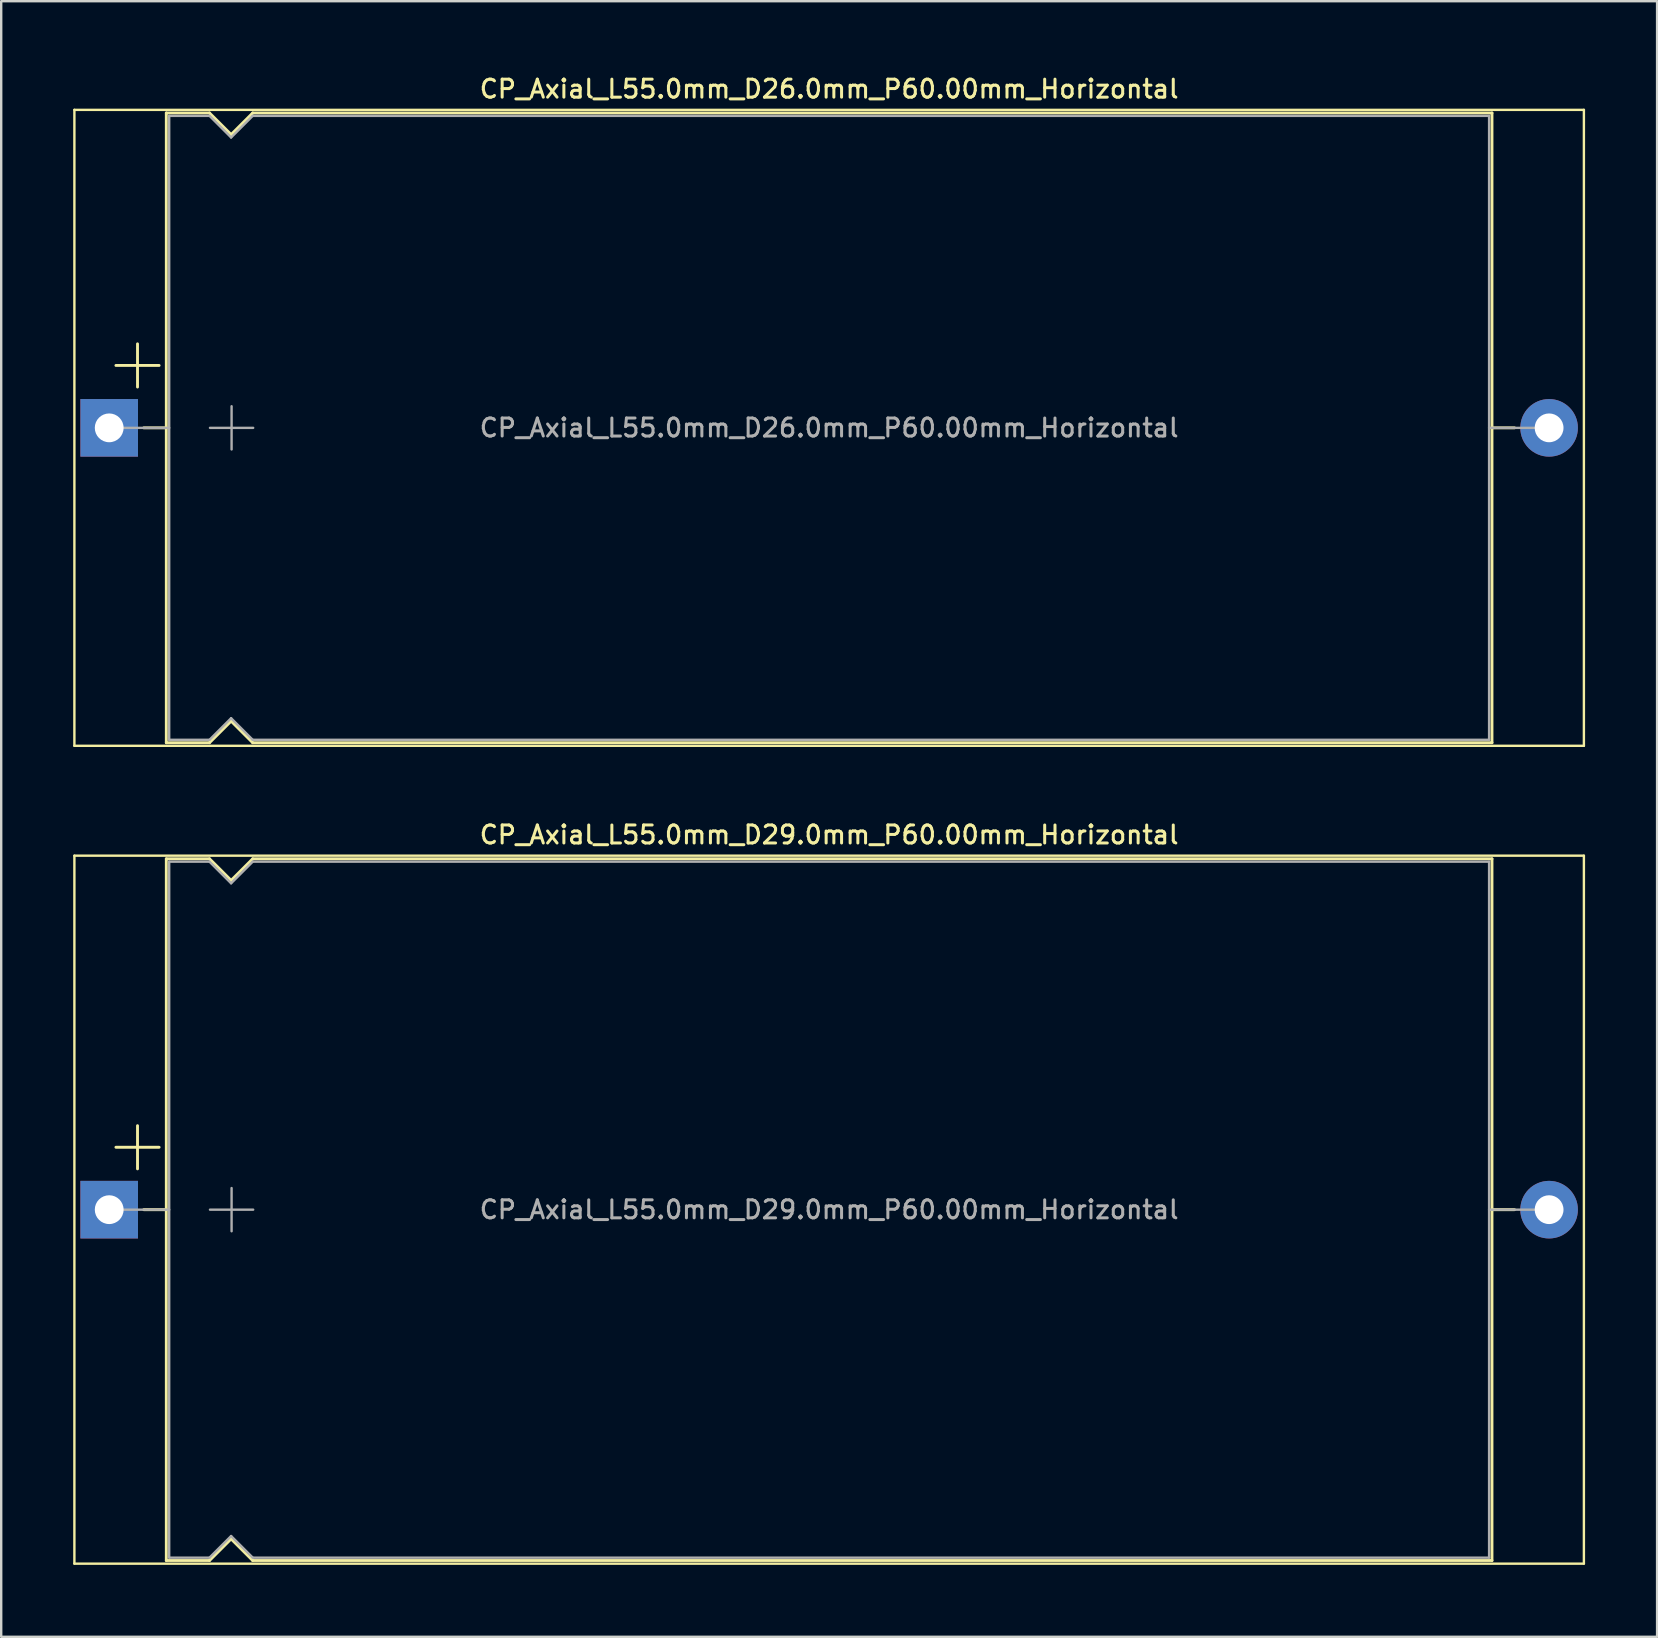
<source format=kicad_pcb>
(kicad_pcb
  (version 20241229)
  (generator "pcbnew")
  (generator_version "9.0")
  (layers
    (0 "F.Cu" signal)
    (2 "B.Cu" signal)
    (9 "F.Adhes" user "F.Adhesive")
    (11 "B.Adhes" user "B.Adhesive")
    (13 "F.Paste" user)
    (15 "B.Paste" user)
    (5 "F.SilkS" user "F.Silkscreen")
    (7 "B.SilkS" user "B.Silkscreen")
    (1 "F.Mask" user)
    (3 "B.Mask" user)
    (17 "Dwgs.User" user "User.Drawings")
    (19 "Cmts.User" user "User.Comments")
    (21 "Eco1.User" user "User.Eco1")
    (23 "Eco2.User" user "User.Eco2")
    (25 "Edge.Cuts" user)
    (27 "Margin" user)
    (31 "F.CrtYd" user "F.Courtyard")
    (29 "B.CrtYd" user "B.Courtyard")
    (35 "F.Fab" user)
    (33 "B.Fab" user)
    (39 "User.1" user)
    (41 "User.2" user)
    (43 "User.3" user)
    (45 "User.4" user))
  (footprint "CP_Axial_L55.0mm_D26.0mm_P60.00mm_Horizontal"
    (layer "F.Cu")
    (at 1.5 14.778)
    (property "Reference" "CP_Axial_L55.0mm_D26.0mm_P60.00mm_Horizontal" (at 30 -14.12 0) (layer "F.SilkS") (effects (font (size 0.75 0.75) (thickness 0.125))))
    (attr through_hole)
    (fp_line (start -1.45 -13.25) (end -1.45 13.25) (stroke (width 0.1) (type solid)) (layer "F.SilkS"))
    (fp_line (start -1.45 13.25) (end 61.45 13.25) (stroke (width 0.1) (type solid)) (layer "F.SilkS"))
    (fp_line (start 0.28 -2.6) (end 2.08 -2.6) (stroke (width 0.12) (type solid)) (layer "F.SilkS"))
    (fp_line (start 1.18 -3.5) (end 1.18 -1.7) (stroke (width 0.12) (type solid)) (layer "F.SilkS"))
    (fp_line (start 1.44 0) (end 2.38 0) (stroke (width 0.12) (type solid)) (layer "F.SilkS"))
    (fp_line (start 2.38 -13.12) (end 2.38 13.12) (stroke (width 0.12) (type solid)) (layer "F.SilkS"))
    (fp_line (start 2.38 -13.12) (end 4.18 -13.12) (stroke (width 0.12) (type solid)) (layer "F.SilkS"))
    (fp_line (start 2.38 13.12) (end 4.18 13.12) (stroke (width 0.12) (type solid)) (layer "F.SilkS"))
    (fp_line (start 4.18 -13.12) (end 5.08 -12.22) (stroke (width 0.12) (type solid)) (layer "F.SilkS"))
    (fp_line (start 4.18 13.12) (end 5.08 12.22) (stroke (width 0.12) (type solid)) (layer "F.SilkS"))
    (fp_line (start 5.08 -12.22) (end 5.98 -13.12) (stroke (width 0.12) (type solid)) (layer "F.SilkS"))
    (fp_line (start 5.08 12.22) (end 5.98 13.12) (stroke (width 0.12) (type solid)) (layer "F.SilkS"))
    (fp_line (start 5.98 -13.12) (end 57.62 -13.12) (stroke (width 0.12) (type solid)) (layer "F.SilkS"))
    (fp_line (start 5.98 13.12) (end 57.62 13.12) (stroke (width 0.12) (type solid)) (layer "F.SilkS"))
    (fp_line (start 57.62 -13.12) (end 57.62 13.12) (stroke (width 0.12) (type solid)) (layer "F.SilkS"))
    (fp_line (start 58.56 0) (end 57.62 0) (stroke (width 0.12) (type solid)) (layer "F.SilkS"))
    (fp_line (start 61.45 -13.25) (end -1.45 -13.25) (stroke (width 0.1) (type solid)) (layer "F.SilkS"))
    (fp_line (start 61.45 13.25) (end 61.45 -13.25) (stroke (width 0.1) (type solid)) (layer "F.SilkS"))
    (fp_line (start 0 0) (end 2.5 0) (stroke (width 0.1) (type solid)) (layer "F.Fab"))
    (fp_line (start 2.5 -13) (end 2.5 13) (stroke (width 0.1) (type solid)) (layer "F.Fab"))
    (fp_line (start 2.5 -13) (end 4.18 -13) (stroke (width 0.1) (type solid)) (layer "F.Fab"))
    (fp_line (start 2.5 13) (end 4.18 13) (stroke (width 0.1) (type solid)) (layer "F.Fab"))
    (fp_line (start 4.18 -13) (end 5.08 -12.1) (stroke (width 0.1) (type solid)) (layer "F.Fab"))
    (fp_line (start 4.18 13) (end 5.08 12.1) (stroke (width 0.1) (type solid)) (layer "F.Fab"))
    (fp_line (start 4.2 0) (end 6 0) (stroke (width 0.1) (type solid)) (layer "F.Fab"))
    (fp_line (start 5.08 -12.1) (end 5.98 -13) (stroke (width 0.1) (type solid)) (layer "F.Fab"))
    (fp_line (start 5.08 12.1) (end 5.98 13) (stroke (width 0.1) (type solid)) (layer "F.Fab"))
    (fp_line (start 5.1 -0.9) (end 5.1 0.9) (stroke (width 0.1) (type solid)) (layer "F.Fab"))
    (fp_line (start 5.98 -13) (end 57.5 -13) (stroke (width 0.1) (type solid)) (layer "F.Fab"))
    (fp_line (start 5.98 13) (end 57.5 13) (stroke (width 0.1) (type solid)) (layer "F.Fab"))
    (fp_line (start 57.5 -13) (end 57.5 13) (stroke (width 0.1) (type solid)) (layer "F.Fab"))
    (fp_line (start 60 0) (end 57.5 0) (stroke (width 0.1) (type solid)) (layer "F.Fab"))
    (fp_text user "${REFERENCE}" (at 30 0 0) (layer "F.Fab") (effects (font (size 0.75 0.75) (thickness 0.125))))
    (pad "1" thru_hole rect (at 0 0) (size 2.4 2.4) (drill 1.2) (layers "*.Cu" "*.Mask"))
    (pad "2" thru_hole oval (at 60 0) (size 2.4 2.4) (drill 1.2) (layers "*.Cu" "*.Mask")))
  (footprint "CP_Axial_L55.0mm_D29.0mm_P60.00mm_Horizontal"
    (layer "F.Cu")
    (at 1.5 47.356)
    (property "Reference" "CP_Axial_L55.0mm_D29.0mm_P60.00mm_Horizontal" (at 30 -15.62 0) (layer "F.SilkS") (effects (font (size 0.75 0.75) (thickness 0.125))))
    (attr through_hole)
    (fp_line (start -1.45 -14.75) (end -1.45 14.75) (stroke (width 0.1) (type solid)) (layer "F.SilkS"))
    (fp_line (start -1.45 14.75) (end 61.45 14.75) (stroke (width 0.1) (type solid)) (layer "F.SilkS"))
    (fp_line (start 0.28 -2.6) (end 2.08 -2.6) (stroke (width 0.12) (type solid)) (layer "F.SilkS"))
    (fp_line (start 1.18 -3.5) (end 1.18 -1.7) (stroke (width 0.12) (type solid)) (layer "F.SilkS"))
    (fp_line (start 1.44 0) (end 2.38 0) (stroke (width 0.12) (type solid)) (layer "F.SilkS"))
    (fp_line (start 2.38 -14.62) (end 2.38 14.62) (stroke (width 0.12) (type solid)) (layer "F.SilkS"))
    (fp_line (start 2.38 -14.62) (end 4.18 -14.62) (stroke (width 0.12) (type solid)) (layer "F.SilkS"))
    (fp_line (start 2.38 14.62) (end 4.18 14.62) (stroke (width 0.12) (type solid)) (layer "F.SilkS"))
    (fp_line (start 4.18 -14.62) (end 5.08 -13.72) (stroke (width 0.12) (type solid)) (layer "F.SilkS"))
    (fp_line (start 4.18 14.62) (end 5.08 13.72) (stroke (width 0.12) (type solid)) (layer "F.SilkS"))
    (fp_line (start 5.08 -13.72) (end 5.98 -14.62) (stroke (width 0.12) (type solid)) (layer "F.SilkS"))
    (fp_line (start 5.08 13.72) (end 5.98 14.62) (stroke (width 0.12) (type solid)) (layer "F.SilkS"))
    (fp_line (start 5.98 -14.62) (end 57.62 -14.62) (stroke (width 0.12) (type solid)) (layer "F.SilkS"))
    (fp_line (start 5.98 14.62) (end 57.62 14.62) (stroke (width 0.12) (type solid)) (layer "F.SilkS"))
    (fp_line (start 57.62 -14.62) (end 57.62 14.62) (stroke (width 0.12) (type solid)) (layer "F.SilkS"))
    (fp_line (start 58.56 0) (end 57.62 0) (stroke (width 0.12) (type solid)) (layer "F.SilkS"))
    (fp_line (start 61.45 -14.75) (end -1.45 -14.75) (stroke (width 0.1) (type solid)) (layer "F.SilkS"))
    (fp_line (start 61.45 14.75) (end 61.45 -14.75) (stroke (width 0.1) (type solid)) (layer "F.SilkS"))
    (fp_line (start 0 0) (end 2.5 0) (stroke (width 0.1) (type solid)) (layer "F.Fab"))
    (fp_line (start 2.5 -14.5) (end 2.5 14.5) (stroke (width 0.1) (type solid)) (layer "F.Fab"))
    (fp_line (start 2.5 -14.5) (end 4.18 -14.5) (stroke (width 0.1) (type solid)) (layer "F.Fab"))
    (fp_line (start 2.5 14.5) (end 4.18 14.5) (stroke (width 0.1) (type solid)) (layer "F.Fab"))
    (fp_line (start 4.18 -14.5) (end 5.08 -13.6) (stroke (width 0.1) (type solid)) (layer "F.Fab"))
    (fp_line (start 4.18 14.5) (end 5.08 13.6) (stroke (width 0.1) (type solid)) (layer "F.Fab"))
    (fp_line (start 4.2 0) (end 6 0) (stroke (width 0.1) (type solid)) (layer "F.Fab"))
    (fp_line (start 5.08 -13.6) (end 5.98 -14.5) (stroke (width 0.1) (type solid)) (layer "F.Fab"))
    (fp_line (start 5.08 13.6) (end 5.98 14.5) (stroke (width 0.1) (type solid)) (layer "F.Fab"))
    (fp_line (start 5.1 -0.9) (end 5.1 0.9) (stroke (width 0.1) (type solid)) (layer "F.Fab"))
    (fp_line (start 5.98 -14.5) (end 57.5 -14.5) (stroke (width 0.1) (type solid)) (layer "F.Fab"))
    (fp_line (start 5.98 14.5) (end 57.5 14.5) (stroke (width 0.1) (type solid)) (layer "F.Fab"))
    (fp_line (start 57.5 -14.5) (end 57.5 14.5) (stroke (width 0.1) (type solid)) (layer "F.Fab"))
    (fp_line (start 60 0) (end 57.5 0) (stroke (width 0.1) (type solid)) (layer "F.Fab"))
    (fp_text user "${REFERENCE}" (at 30 0 0) (layer "F.Fab") (effects (font (size 0.75 0.75) (thickness 0.125))))
    (pad "1" thru_hole rect (at 0 0) (size 2.4 2.4) (drill 1.2) (layers "*.Cu" "*.Mask"))
    (pad "2" thru_hole oval (at 60 0) (size 2.4 2.4) (drill 1.2) (layers "*.Cu" "*.Mask")))
  (gr_rect
    (start -3 -3)
    (end 66 65.156)
    (stroke (width 0.1) (type default))
    (fill no)
    (layer "Edge.Cuts")))
</source>
